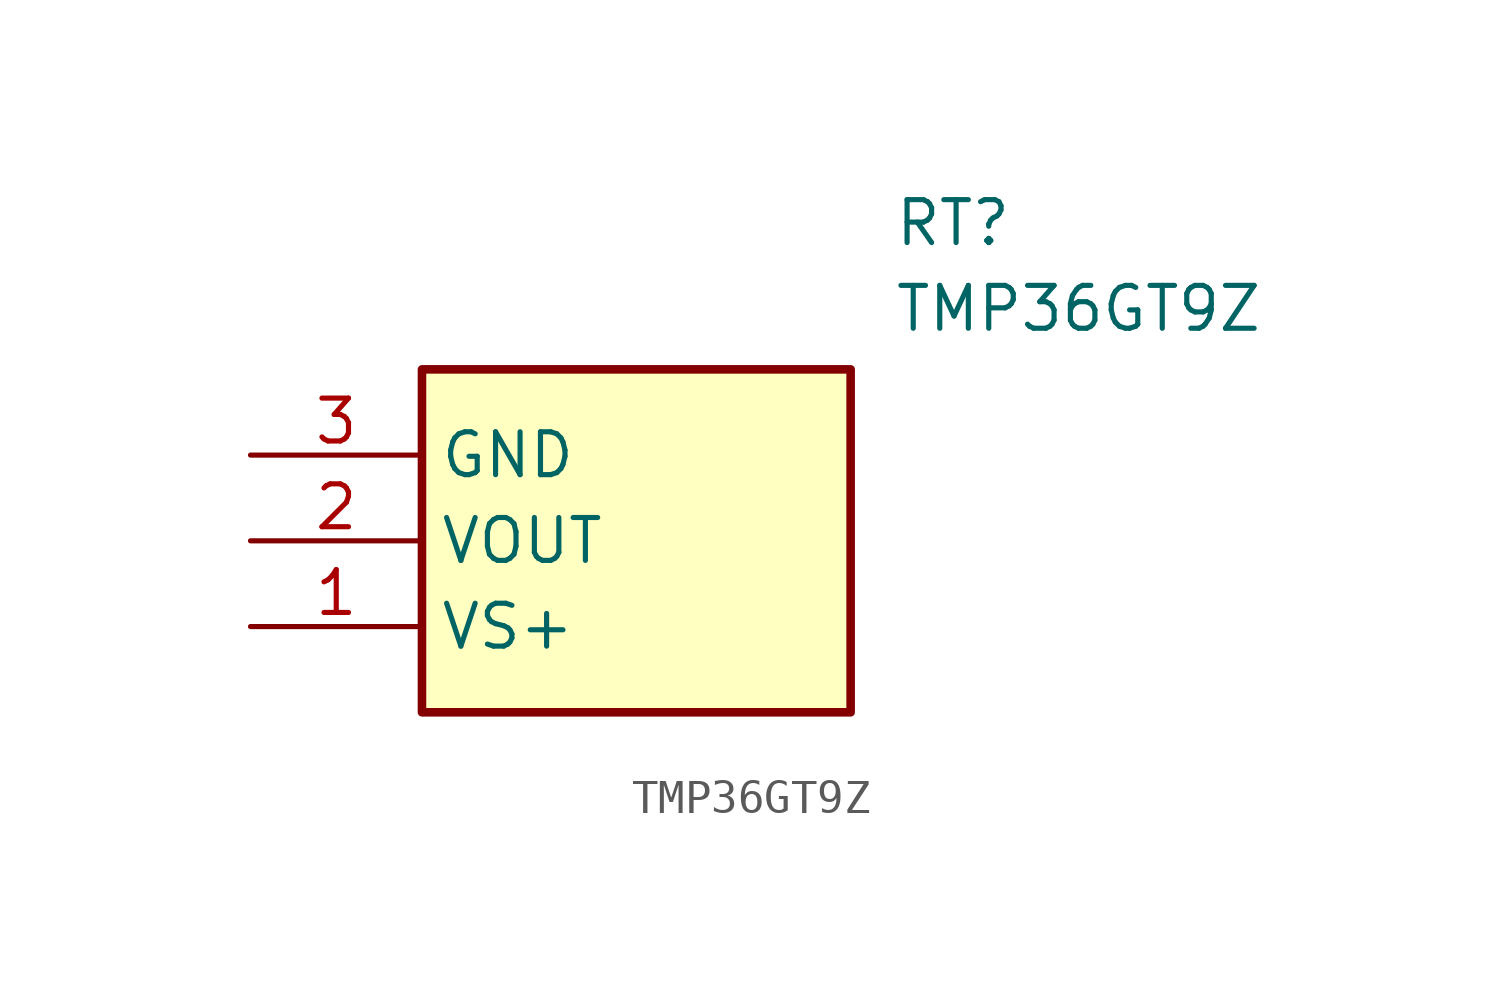
<source format=kicad_sym>
(kicad_symbol_lib
  (version 20211014)
  (generator SamacSys_ECAD_Model)
  (symbol "TMP36GT9Z"
    (property "Reference" "RT"
      (at 19.05 7.62 0)
      (effects (font (size 1.27 1.27)) (justify left top)))
    (property "Value" "TMP36GT9Z"
      (at 19.05 5.08 0)
      (effects (font (size 1.27 1.27)) (justify left top)))
    (rectangle
      (start 5.08 2.54)
      (end 17.78 -7.62)
      (stroke (width 0.254) (type default))
      (fill (type background)))
    (pin power_in line
      (at 0 -5.08 0)
      (length 5.08)
      (name "VS+" (effects (font (size 1.27 1.27))))
      (number "1" (effects (font (size 1.27 1.27)))))
    (pin output line
      (at 0 -2.54 0)
      (length 5.08)
      (name "VOUT" (effects (font (size 1.27 1.27))))
      (number "2" (effects (font (size 1.27 1.27)))))
    (pin power_in line
      (at 0 0 0)
      (length 5.08)
      (name "GND" (effects (font (size 1.27 1.27))))
      (number "3" (effects (font (size 1.27 1.27)))))))
</source>
